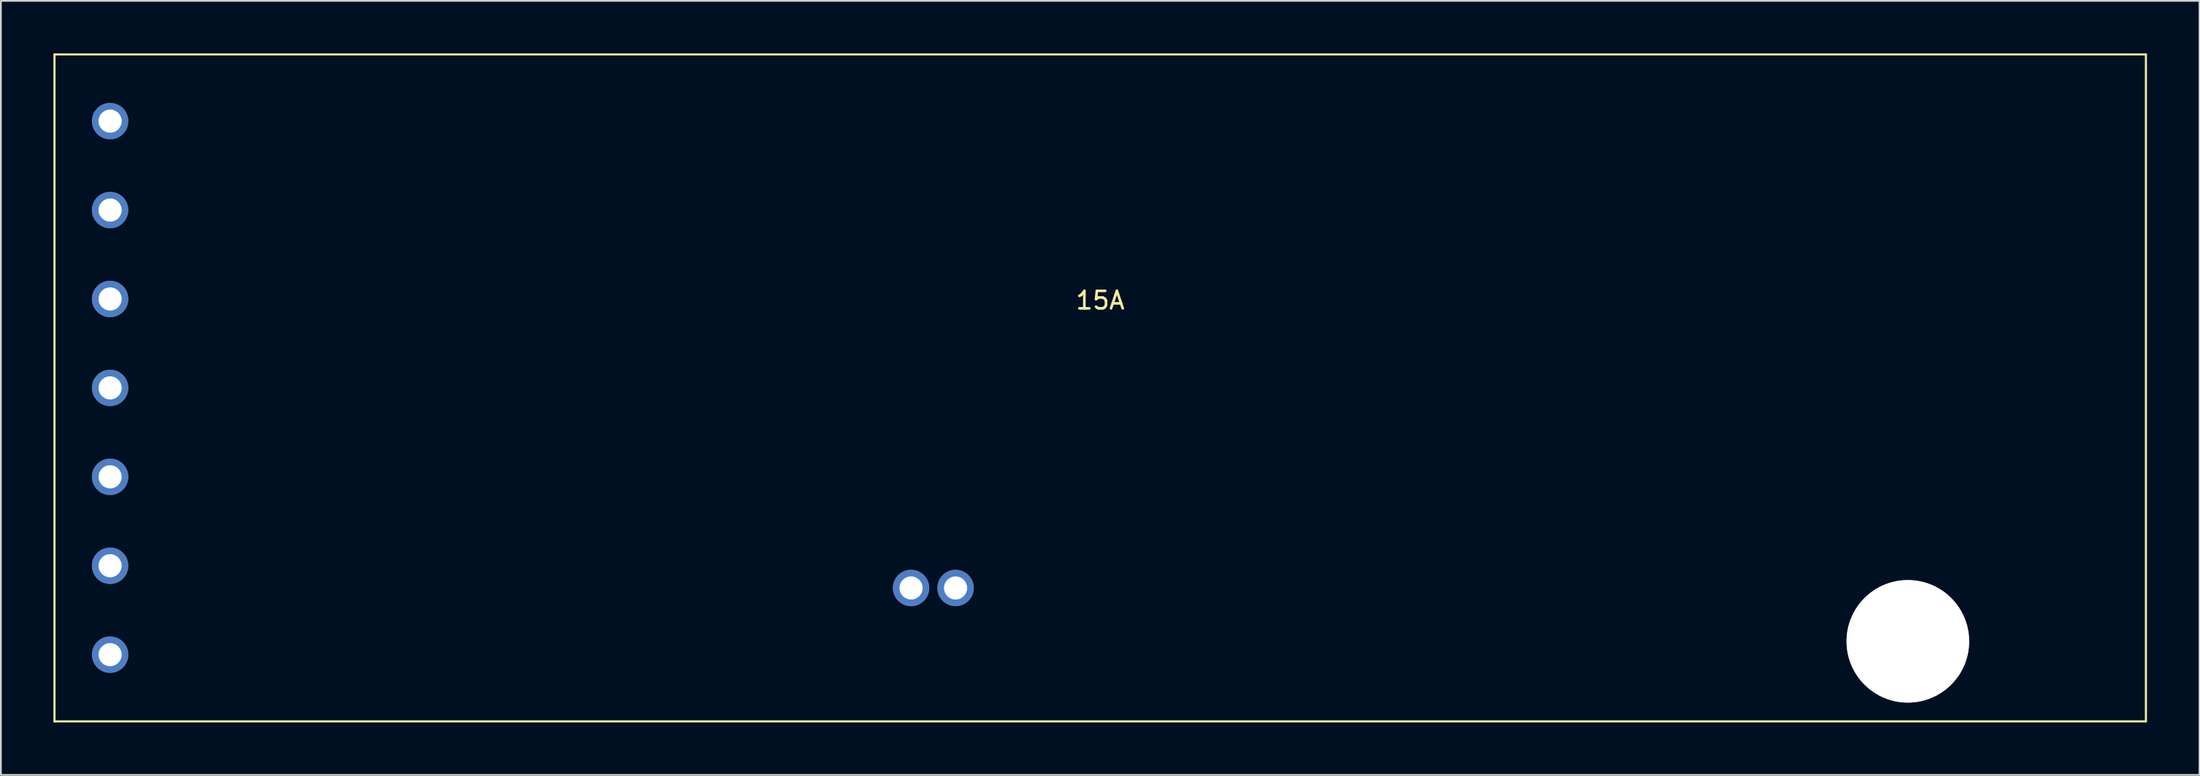
<source format=kicad_pcb>
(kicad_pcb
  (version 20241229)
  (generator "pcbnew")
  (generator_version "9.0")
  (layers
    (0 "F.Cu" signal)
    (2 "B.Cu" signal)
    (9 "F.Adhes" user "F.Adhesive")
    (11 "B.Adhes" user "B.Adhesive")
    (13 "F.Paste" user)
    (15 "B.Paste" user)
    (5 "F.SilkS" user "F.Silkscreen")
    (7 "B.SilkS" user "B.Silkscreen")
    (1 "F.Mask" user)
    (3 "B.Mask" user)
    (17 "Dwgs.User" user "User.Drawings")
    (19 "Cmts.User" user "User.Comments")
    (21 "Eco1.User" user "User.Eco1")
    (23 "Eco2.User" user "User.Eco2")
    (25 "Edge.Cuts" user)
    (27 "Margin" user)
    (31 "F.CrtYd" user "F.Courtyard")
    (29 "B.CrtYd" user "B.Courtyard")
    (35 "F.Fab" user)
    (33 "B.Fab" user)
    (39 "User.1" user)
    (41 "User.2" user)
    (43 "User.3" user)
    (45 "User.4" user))
  (footprint "15A"
    (layer "F.Cu")
    (at 59.75 19.11)
    (property "Reference" "15A" (at 0 -5 0) (layer "F.SilkS") (effects (font (size 1 1) (thickness 0.15))))
    (attr through_hole)
    (fp_line (start -59.69 19.05) (end -59.69 -19.05) (stroke (width 0.12) (type solid)) (layer "F.SilkS"))
    (fp_line (start 59.69 -19.05) (end -59.69 -19.05) (stroke (width 0.12) (type solid)) (layer "F.SilkS"))
    (fp_line (start 59.69 -19.05) (end 59.69 19.05) (stroke (width 0.12) (type solid)) (layer "F.SilkS"))
    (fp_line (start 59.69 19.05) (end -59.69 19.05) (stroke (width 0.12) (type solid)) (layer "F.SilkS"))
    (pad "1" thru_hole circle (at -56.515 15.24) (size 2.08 2.08) (drill 1.32) (layers "*.Cu" "*.Mask"))
    (pad "2" thru_hole circle (at -56.515 10.16) (size 2.08 2.08) (drill 1.32) (layers "*.Cu" "*.Mask"))
    (pad "3" thru_hole circle (at -56.515 5.08) (size 2.08 2.08) (drill 1.32) (layers "*.Cu" "*.Mask"))
    (pad "4" thru_hole circle (at -56.515 0) (size 2.08 2.08) (drill 1.32) (layers "*.Cu" "*.Mask"))
    (pad "5" thru_hole circle (at -56.515 -5.08) (size 2.08 2.08) (drill 1.32) (layers "*.Cu" "*.Mask"))
    (pad "6" thru_hole circle (at -56.515 -10.16) (size 2.08 2.08) (drill 1.32) (layers "*.Cu" "*.Mask"))
    (pad "7" thru_hole circle (at -56.515 -15.24) (size 2.08 2.08) (drill 1.32) (layers "*.Cu" "*.Mask"))
    (pad "8" thru_hole circle (at -10.795 11.43) (size 2.08 2.08) (drill 1.32) (layers "*.Cu" "*.Mask"))
    (pad "9" thru_hole circle (at -8.255 11.43) (size 2.08 2.08) (drill 1.32) (layers "*.Cu" "*.Mask"))
    (pad "10" thru_hole circle (at 46.101 14.478) (size 7 7) (drill 7) (layers "*.Cu" "*.Mask")))
  (gr_rect
    (start -3 -3)
    (end 122.5 41.22)
    (stroke (width 0.1) (type default))
    (fill no)
    (layer "Edge.Cuts")))
</source>
